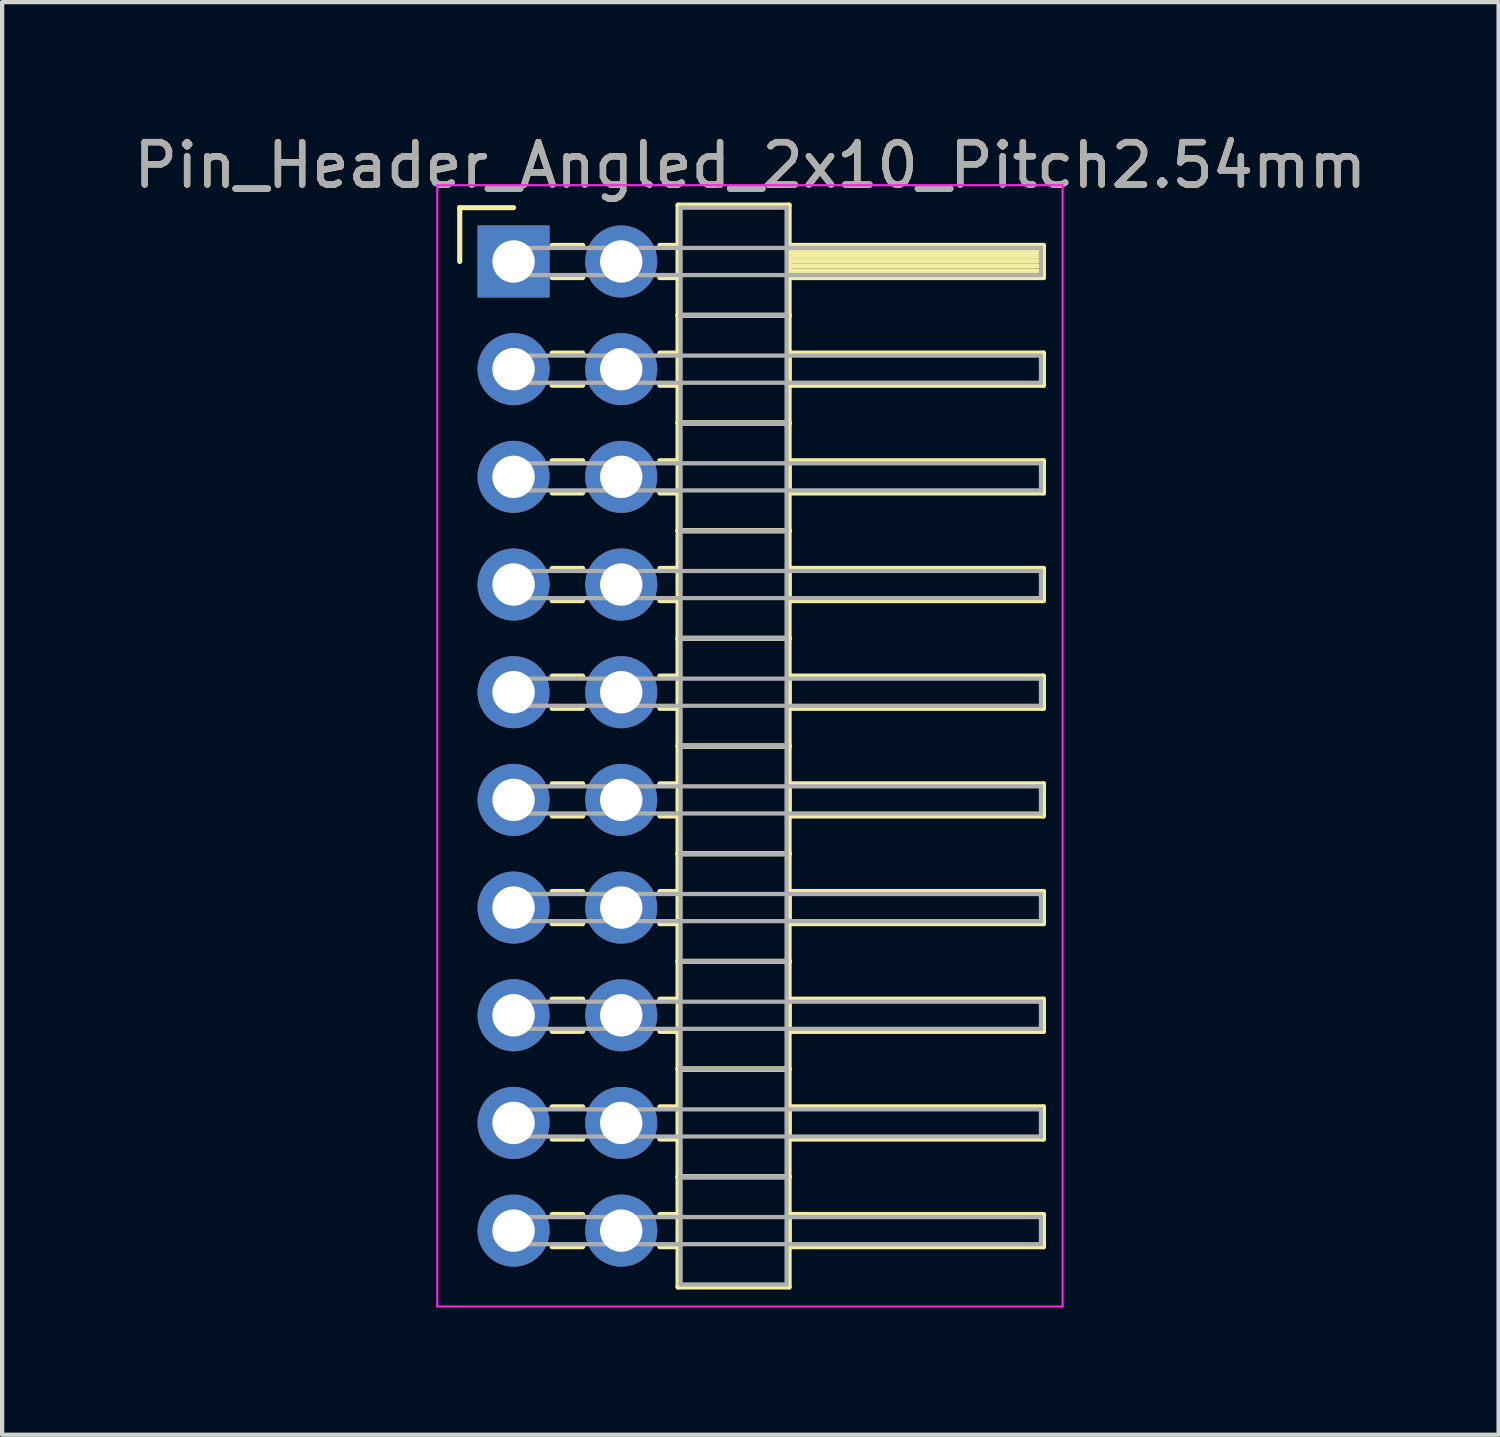
<source format=kicad_pcb>
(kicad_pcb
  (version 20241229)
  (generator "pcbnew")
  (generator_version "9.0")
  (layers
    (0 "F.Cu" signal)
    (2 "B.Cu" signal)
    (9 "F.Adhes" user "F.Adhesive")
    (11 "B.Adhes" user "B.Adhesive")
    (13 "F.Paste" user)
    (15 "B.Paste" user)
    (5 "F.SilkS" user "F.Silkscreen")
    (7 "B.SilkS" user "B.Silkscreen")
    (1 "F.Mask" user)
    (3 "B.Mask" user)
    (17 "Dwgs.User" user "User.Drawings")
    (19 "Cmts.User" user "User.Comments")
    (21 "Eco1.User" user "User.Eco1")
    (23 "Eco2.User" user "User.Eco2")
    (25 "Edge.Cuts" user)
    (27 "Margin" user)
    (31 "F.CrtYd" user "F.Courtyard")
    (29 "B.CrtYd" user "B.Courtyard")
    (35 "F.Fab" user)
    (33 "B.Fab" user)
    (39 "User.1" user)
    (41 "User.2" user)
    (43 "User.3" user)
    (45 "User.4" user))
  (footprint "Pin_Header_Angled_2x10_Pitch2.54mm"
    (layer "F.Cu")
    (at 9.064 3.118)
    (property "Reference" "Pin_Header_Angled_2x10_Pitch2.54mm" (at 5.585 -2.27 0) (layer "F.SilkS") (effects (font (size 1 1) (thickness 0.15))))
    (attr through_hole)
    (fp_line (start -1.27 -1.27) (end 0 -1.27) (stroke (width 0.12) (type solid)) (layer "F.SilkS"))
    (fp_line (start -1.27 0) (end -1.27 -1.27) (stroke (width 0.12) (type solid)) (layer "F.SilkS"))
    (fp_line (start 0.91 -0.38) (end 1.63 -0.38) (stroke (width 0.12) (type solid)) (layer "F.SilkS"))
    (fp_line (start 0.91 0.38) (end 1.63 0.38) (stroke (width 0.12) (type solid)) (layer "F.SilkS"))
    (fp_line (start 0.91 2.16) (end 1.63 2.16) (stroke (width 0.12) (type solid)) (layer "F.SilkS"))
    (fp_line (start 0.91 2.92) (end 1.63 2.92) (stroke (width 0.12) (type solid)) (layer "F.SilkS"))
    (fp_line (start 0.91 4.7) (end 1.63 4.7) (stroke (width 0.12) (type solid)) (layer "F.SilkS"))
    (fp_line (start 0.91 5.46) (end 1.63 5.46) (stroke (width 0.12) (type solid)) (layer "F.SilkS"))
    (fp_line (start 0.91 7.24) (end 1.63 7.24) (stroke (width 0.12) (type solid)) (layer "F.SilkS"))
    (fp_line (start 0.91 8) (end 1.63 8) (stroke (width 0.12) (type solid)) (layer "F.SilkS"))
    (fp_line (start 0.91 9.78) (end 1.63 9.78) (stroke (width 0.12) (type solid)) (layer "F.SilkS"))
    (fp_line (start 0.91 10.54) (end 1.63 10.54) (stroke (width 0.12) (type solid)) (layer "F.SilkS"))
    (fp_line (start 0.91 12.32) (end 1.63 12.32) (stroke (width 0.12) (type solid)) (layer "F.SilkS"))
    (fp_line (start 0.91 13.08) (end 1.63 13.08) (stroke (width 0.12) (type solid)) (layer "F.SilkS"))
    (fp_line (start 0.91 14.86) (end 1.63 14.86) (stroke (width 0.12) (type solid)) (layer "F.SilkS"))
    (fp_line (start 0.91 15.62) (end 1.63 15.62) (stroke (width 0.12) (type solid)) (layer "F.SilkS"))
    (fp_line (start 0.91 17.4) (end 1.63 17.4) (stroke (width 0.12) (type solid)) (layer "F.SilkS"))
    (fp_line (start 0.91 18.16) (end 1.63 18.16) (stroke (width 0.12) (type solid)) (layer "F.SilkS"))
    (fp_line (start 0.91 19.94) (end 1.63 19.94) (stroke (width 0.12) (type solid)) (layer "F.SilkS"))
    (fp_line (start 0.91 20.7) (end 1.63 20.7) (stroke (width 0.12) (type solid)) (layer "F.SilkS"))
    (fp_line (start 0.91 22.48) (end 1.63 22.48) (stroke (width 0.12) (type solid)) (layer "F.SilkS"))
    (fp_line (start 0.91 23.24) (end 1.63 23.24) (stroke (width 0.12) (type solid)) (layer "F.SilkS"))
    (fp_line (start 3.45 -0.38) (end 3.88 -0.38) (stroke (width 0.12) (type solid)) (layer "F.SilkS"))
    (fp_line (start 3.45 0.38) (end 3.88 0.38) (stroke (width 0.12) (type solid)) (layer "F.SilkS"))
    (fp_line (start 3.45 2.16) (end 3.88 2.16) (stroke (width 0.12) (type solid)) (layer "F.SilkS"))
    (fp_line (start 3.45 2.92) (end 3.88 2.92) (stroke (width 0.12) (type solid)) (layer "F.SilkS"))
    (fp_line (start 3.45 4.7) (end 3.88 4.7) (stroke (width 0.12) (type solid)) (layer "F.SilkS"))
    (fp_line (start 3.45 5.46) (end 3.88 5.46) (stroke (width 0.12) (type solid)) (layer "F.SilkS"))
    (fp_line (start 3.45 7.24) (end 3.88 7.24) (stroke (width 0.12) (type solid)) (layer "F.SilkS"))
    (fp_line (start 3.45 8) (end 3.88 8) (stroke (width 0.12) (type solid)) (layer "F.SilkS"))
    (fp_line (start 3.45 9.78) (end 3.88 9.78) (stroke (width 0.12) (type solid)) (layer "F.SilkS"))
    (fp_line (start 3.45 10.54) (end 3.88 10.54) (stroke (width 0.12) (type solid)) (layer "F.SilkS"))
    (fp_line (start 3.45 12.32) (end 3.88 12.32) (stroke (width 0.12) (type solid)) (layer "F.SilkS"))
    (fp_line (start 3.45 13.08) (end 3.88 13.08) (stroke (width 0.12) (type solid)) (layer "F.SilkS"))
    (fp_line (start 3.45 14.86) (end 3.88 14.86) (stroke (width 0.12) (type solid)) (layer "F.SilkS"))
    (fp_line (start 3.45 15.62) (end 3.88 15.62) (stroke (width 0.12) (type solid)) (layer "F.SilkS"))
    (fp_line (start 3.45 17.4) (end 3.88 17.4) (stroke (width 0.12) (type solid)) (layer "F.SilkS"))
    (fp_line (start 3.45 18.16) (end 3.88 18.16) (stroke (width 0.12) (type solid)) (layer "F.SilkS"))
    (fp_line (start 3.45 19.94) (end 3.88 19.94) (stroke (width 0.12) (type solid)) (layer "F.SilkS"))
    (fp_line (start 3.45 20.7) (end 3.88 20.7) (stroke (width 0.12) (type solid)) (layer "F.SilkS"))
    (fp_line (start 3.45 22.48) (end 3.88 22.48) (stroke (width 0.12) (type solid)) (layer "F.SilkS"))
    (fp_line (start 3.45 23.24) (end 3.88 23.24) (stroke (width 0.12) (type solid)) (layer "F.SilkS"))
    (fp_line (start 3.88 -1.33) (end 3.88 1.27) (stroke (width 0.12) (type solid)) (layer "F.SilkS"))
    (fp_line (start 3.88 1.27) (end 3.88 3.81) (stroke (width 0.12) (type solid)) (layer "F.SilkS"))
    (fp_line (start 3.88 1.27) (end 6.5 1.27) (stroke (width 0.12) (type solid)) (layer "F.SilkS"))
    (fp_line (start 3.88 3.81) (end 3.88 6.35) (stroke (width 0.12) (type solid)) (layer "F.SilkS"))
    (fp_line (start 3.88 3.81) (end 6.5 3.81) (stroke (width 0.12) (type solid)) (layer "F.SilkS"))
    (fp_line (start 3.88 6.35) (end 3.88 8.89) (stroke (width 0.12) (type solid)) (layer "F.SilkS"))
    (fp_line (start 3.88 6.35) (end 6.5 6.35) (stroke (width 0.12) (type solid)) (layer "F.SilkS"))
    (fp_line (start 3.88 8.89) (end 3.88 11.43) (stroke (width 0.12) (type solid)) (layer "F.SilkS"))
    (fp_line (start 3.88 8.89) (end 6.5 8.89) (stroke (width 0.12) (type solid)) (layer "F.SilkS"))
    (fp_line (start 3.88 11.43) (end 3.88 13.97) (stroke (width 0.12) (type solid)) (layer "F.SilkS"))
    (fp_line (start 3.88 11.43) (end 6.5 11.43) (stroke (width 0.12) (type solid)) (layer "F.SilkS"))
    (fp_line (start 3.88 13.97) (end 3.88 16.51) (stroke (width 0.12) (type solid)) (layer "F.SilkS"))
    (fp_line (start 3.88 13.97) (end 6.5 13.97) (stroke (width 0.12) (type solid)) (layer "F.SilkS"))
    (fp_line (start 3.88 16.51) (end 3.88 19.05) (stroke (width 0.12) (type solid)) (layer "F.SilkS"))
    (fp_line (start 3.88 16.51) (end 6.5 16.51) (stroke (width 0.12) (type solid)) (layer "F.SilkS"))
    (fp_line (start 3.88 19.05) (end 3.88 21.59) (stroke (width 0.12) (type solid)) (layer "F.SilkS"))
    (fp_line (start 3.88 19.05) (end 6.5 19.05) (stroke (width 0.12) (type solid)) (layer "F.SilkS"))
    (fp_line (start 3.88 21.59) (end 3.88 24.19) (stroke (width 0.12) (type solid)) (layer "F.SilkS"))
    (fp_line (start 3.88 21.59) (end 6.5 21.59) (stroke (width 0.12) (type solid)) (layer "F.SilkS"))
    (fp_line (start 3.88 24.19) (end 6.5 24.19) (stroke (width 0.12) (type solid)) (layer "F.SilkS"))
    (fp_line (start 6.5 -1.33) (end 3.88 -1.33) (stroke (width 0.12) (type solid)) (layer "F.SilkS"))
    (fp_line (start 6.5 -0.38) (end 6.5 0.38) (stroke (width 0.12) (type solid)) (layer "F.SilkS"))
    (fp_line (start 6.5 -0.26) (end 12.5 -0.26) (stroke (width 0.12) (type solid)) (layer "F.SilkS"))
    (fp_line (start 6.5 -0.14) (end 12.5 -0.14) (stroke (width 0.12) (type solid)) (layer "F.SilkS"))
    (fp_line (start 6.5 -0.02) (end 12.5 -0.02) (stroke (width 0.12) (type solid)) (layer "F.SilkS"))
    (fp_line (start 6.5 0.1) (end 12.5 0.1) (stroke (width 0.12) (type solid)) (layer "F.SilkS"))
    (fp_line (start 6.5 0.22) (end 12.5 0.22) (stroke (width 0.12) (type solid)) (layer "F.SilkS"))
    (fp_line (start 6.5 0.34) (end 12.5 0.34) (stroke (width 0.12) (type solid)) (layer "F.SilkS"))
    (fp_line (start 6.5 0.38) (end 12.5 0.38) (stroke (width 0.12) (type solid)) (layer "F.SilkS"))
    (fp_line (start 6.5 1.27) (end 3.88 1.27) (stroke (width 0.12) (type solid)) (layer "F.SilkS"))
    (fp_line (start 6.5 1.27) (end 6.5 -1.33) (stroke (width 0.12) (type solid)) (layer "F.SilkS"))
    (fp_line (start 6.5 2.16) (end 6.5 2.92) (stroke (width 0.12) (type solid)) (layer "F.SilkS"))
    (fp_line (start 6.5 2.92) (end 12.5 2.92) (stroke (width 0.12) (type solid)) (layer "F.SilkS"))
    (fp_line (start 6.5 3.81) (end 3.88 3.81) (stroke (width 0.12) (type solid)) (layer "F.SilkS"))
    (fp_line (start 6.5 3.81) (end 6.5 1.27) (stroke (width 0.12) (type solid)) (layer "F.SilkS"))
    (fp_line (start 6.5 4.7) (end 6.5 5.46) (stroke (width 0.12) (type solid)) (layer "F.SilkS"))
    (fp_line (start 6.5 5.46) (end 12.5 5.46) (stroke (width 0.12) (type solid)) (layer "F.SilkS"))
    (fp_line (start 6.5 6.35) (end 3.88 6.35) (stroke (width 0.12) (type solid)) (layer "F.SilkS"))
    (fp_line (start 6.5 6.35) (end 6.5 3.81) (stroke (width 0.12) (type solid)) (layer "F.SilkS"))
    (fp_line (start 6.5 7.24) (end 6.5 8) (stroke (width 0.12) (type solid)) (layer "F.SilkS"))
    (fp_line (start 6.5 8) (end 12.5 8) (stroke (width 0.12) (type solid)) (layer "F.SilkS"))
    (fp_line (start 6.5 8.89) (end 3.88 8.89) (stroke (width 0.12) (type solid)) (layer "F.SilkS"))
    (fp_line (start 6.5 8.89) (end 6.5 6.35) (stroke (width 0.12) (type solid)) (layer "F.SilkS"))
    (fp_line (start 6.5 9.78) (end 6.5 10.54) (stroke (width 0.12) (type solid)) (layer "F.SilkS"))
    (fp_line (start 6.5 10.54) (end 12.5 10.54) (stroke (width 0.12) (type solid)) (layer "F.SilkS"))
    (fp_line (start 6.5 11.43) (end 3.88 11.43) (stroke (width 0.12) (type solid)) (layer "F.SilkS"))
    (fp_line (start 6.5 11.43) (end 6.5 8.89) (stroke (width 0.12) (type solid)) (layer "F.SilkS"))
    (fp_line (start 6.5 12.32) (end 6.5 13.08) (stroke (width 0.12) (type solid)) (layer "F.SilkS"))
    (fp_line (start 6.5 13.08) (end 12.5 13.08) (stroke (width 0.12) (type solid)) (layer "F.SilkS"))
    (fp_line (start 6.5 13.97) (end 3.88 13.97) (stroke (width 0.12) (type solid)) (layer "F.SilkS"))
    (fp_line (start 6.5 13.97) (end 6.5 11.43) (stroke (width 0.12) (type solid)) (layer "F.SilkS"))
    (fp_line (start 6.5 14.86) (end 6.5 15.62) (stroke (width 0.12) (type solid)) (layer "F.SilkS"))
    (fp_line (start 6.5 15.62) (end 12.5 15.62) (stroke (width 0.12) (type solid)) (layer "F.SilkS"))
    (fp_line (start 6.5 16.51) (end 3.88 16.51) (stroke (width 0.12) (type solid)) (layer "F.SilkS"))
    (fp_line (start 6.5 16.51) (end 6.5 13.97) (stroke (width 0.12) (type solid)) (layer "F.SilkS"))
    (fp_line (start 6.5 17.4) (end 6.5 18.16) (stroke (width 0.12) (type solid)) (layer "F.SilkS"))
    (fp_line (start 6.5 18.16) (end 12.5 18.16) (stroke (width 0.12) (type solid)) (layer "F.SilkS"))
    (fp_line (start 6.5 19.05) (end 3.88 19.05) (stroke (width 0.12) (type solid)) (layer "F.SilkS"))
    (fp_line (start 6.5 19.05) (end 6.5 16.51) (stroke (width 0.12) (type solid)) (layer "F.SilkS"))
    (fp_line (start 6.5 19.94) (end 6.5 20.7) (stroke (width 0.12) (type solid)) (layer "F.SilkS"))
    (fp_line (start 6.5 20.7) (end 12.5 20.7) (stroke (width 0.12) (type solid)) (layer "F.SilkS"))
    (fp_line (start 6.5 21.59) (end 3.88 21.59) (stroke (width 0.12) (type solid)) (layer "F.SilkS"))
    (fp_line (start 6.5 21.59) (end 6.5 19.05) (stroke (width 0.12) (type solid)) (layer "F.SilkS"))
    (fp_line (start 6.5 22.48) (end 6.5 23.24) (stroke (width 0.12) (type solid)) (layer "F.SilkS"))
    (fp_line (start 6.5 23.24) (end 12.5 23.24) (stroke (width 0.12) (type solid)) (layer "F.SilkS"))
    (fp_line (start 6.5 24.19) (end 6.5 21.59) (stroke (width 0.12) (type solid)) (layer "F.SilkS"))
    (fp_line (start 12.5 -0.38) (end 6.5 -0.38) (stroke (width 0.12) (type solid)) (layer "F.SilkS"))
    (fp_line (start 12.5 0.38) (end 12.5 -0.38) (stroke (width 0.12) (type solid)) (layer "F.SilkS"))
    (fp_line (start 12.5 2.16) (end 6.5 2.16) (stroke (width 0.12) (type solid)) (layer "F.SilkS"))
    (fp_line (start 12.5 2.92) (end 12.5 2.16) (stroke (width 0.12) (type solid)) (layer "F.SilkS"))
    (fp_line (start 12.5 4.7) (end 6.5 4.7) (stroke (width 0.12) (type solid)) (layer "F.SilkS"))
    (fp_line (start 12.5 5.46) (end 12.5 4.7) (stroke (width 0.12) (type solid)) (layer "F.SilkS"))
    (fp_line (start 12.5 7.24) (end 6.5 7.24) (stroke (width 0.12) (type solid)) (layer "F.SilkS"))
    (fp_line (start 12.5 8) (end 12.5 7.24) (stroke (width 0.12) (type solid)) (layer "F.SilkS"))
    (fp_line (start 12.5 9.78) (end 6.5 9.78) (stroke (width 0.12) (type solid)) (layer "F.SilkS"))
    (fp_line (start 12.5 10.54) (end 12.5 9.78) (stroke (width 0.12) (type solid)) (layer "F.SilkS"))
    (fp_line (start 12.5 12.32) (end 6.5 12.32) (stroke (width 0.12) (type solid)) (layer "F.SilkS"))
    (fp_line (start 12.5 13.08) (end 12.5 12.32) (stroke (width 0.12) (type solid)) (layer "F.SilkS"))
    (fp_line (start 12.5 14.86) (end 6.5 14.86) (stroke (width 0.12) (type solid)) (layer "F.SilkS"))
    (fp_line (start 12.5 15.62) (end 12.5 14.86) (stroke (width 0.12) (type solid)) (layer "F.SilkS"))
    (fp_line (start 12.5 17.4) (end 6.5 17.4) (stroke (width 0.12) (type solid)) (layer "F.SilkS"))
    (fp_line (start 12.5 18.16) (end 12.5 17.4) (stroke (width 0.12) (type solid)) (layer "F.SilkS"))
    (fp_line (start 12.5 19.94) (end 6.5 19.94) (stroke (width 0.12) (type solid)) (layer "F.SilkS"))
    (fp_line (start 12.5 20.7) (end 12.5 19.94) (stroke (width 0.12) (type solid)) (layer "F.SilkS"))
    (fp_line (start 12.5 22.48) (end 6.5 22.48) (stroke (width 0.12) (type solid)) (layer "F.SilkS"))
    (fp_line (start 12.5 23.24) (end 12.5 22.48) (stroke (width 0.12) (type solid)) (layer "F.SilkS"))
    (fp_line (start -1.8 -1.8) (end -1.8 24.65) (stroke (width 0.05) (type solid)) (layer "F.CrtYd"))
    (fp_line (start -1.8 24.65) (end 12.95 24.65) (stroke (width 0.05) (type solid)) (layer "F.CrtYd"))
    (fp_line (start 12.95 -1.8) (end -1.8 -1.8) (stroke (width 0.05) (type solid)) (layer "F.CrtYd"))
    (fp_line (start 12.95 24.65) (end 12.95 -1.8) (stroke (width 0.05) (type solid)) (layer "F.CrtYd"))
    (fp_line (start 0 -0.32) (end 0 0.32) (stroke (width 0.1) (type solid)) (layer "F.Fab"))
    (fp_line (start 0 0.32) (end 12.44 0.32) (stroke (width 0.1) (type solid)) (layer "F.Fab"))
    (fp_line (start 0 2.22) (end 0 2.86) (stroke (width 0.1) (type solid)) (layer "F.Fab"))
    (fp_line (start 0 2.86) (end 12.44 2.86) (stroke (width 0.1) (type solid)) (layer "F.Fab"))
    (fp_line (start 0 4.76) (end 0 5.4) (stroke (width 0.1) (type solid)) (layer "F.Fab"))
    (fp_line (start 0 5.4) (end 12.44 5.4) (stroke (width 0.1) (type solid)) (layer "F.Fab"))
    (fp_line (start 0 7.3) (end 0 7.94) (stroke (width 0.1) (type solid)) (layer "F.Fab"))
    (fp_line (start 0 7.94) (end 12.44 7.94) (stroke (width 0.1) (type solid)) (layer "F.Fab"))
    (fp_line (start 0 9.84) (end 0 10.48) (stroke (width 0.1) (type solid)) (layer "F.Fab"))
    (fp_line (start 0 10.48) (end 12.44 10.48) (stroke (width 0.1) (type solid)) (layer "F.Fab"))
    (fp_line (start 0 12.38) (end 0 13.02) (stroke (width 0.1) (type solid)) (layer "F.Fab"))
    (fp_line (start 0 13.02) (end 12.44 13.02) (stroke (width 0.1) (type solid)) (layer "F.Fab"))
    (fp_line (start 0 14.92) (end 0 15.56) (stroke (width 0.1) (type solid)) (layer "F.Fab"))
    (fp_line (start 0 15.56) (end 12.44 15.56) (stroke (width 0.1) (type solid)) (layer "F.Fab"))
    (fp_line (start 0 17.46) (end 0 18.1) (stroke (width 0.1) (type solid)) (layer "F.Fab"))
    (fp_line (start 0 18.1) (end 12.44 18.1) (stroke (width 0.1) (type solid)) (layer "F.Fab"))
    (fp_line (start 0 20) (end 0 20.64) (stroke (width 0.1) (type solid)) (layer "F.Fab"))
    (fp_line (start 0 20.64) (end 12.44 20.64) (stroke (width 0.1) (type solid)) (layer "F.Fab"))
    (fp_line (start 0 22.54) (end 0 23.18) (stroke (width 0.1) (type solid)) (layer "F.Fab"))
    (fp_line (start 0 23.18) (end 12.44 23.18) (stroke (width 0.1) (type solid)) (layer "F.Fab"))
    (fp_line (start 3.94 -1.27) (end 3.94 1.27) (stroke (width 0.1) (type solid)) (layer "F.Fab"))
    (fp_line (start 3.94 1.27) (end 3.94 3.81) (stroke (width 0.1) (type solid)) (layer "F.Fab"))
    (fp_line (start 3.94 1.27) (end 6.44 1.27) (stroke (width 0.1) (type solid)) (layer "F.Fab"))
    (fp_line (start 3.94 3.81) (end 3.94 6.35) (stroke (width 0.1) (type solid)) (layer "F.Fab"))
    (fp_line (start 3.94 3.81) (end 6.44 3.81) (stroke (width 0.1) (type solid)) (layer "F.Fab"))
    (fp_line (start 3.94 6.35) (end 3.94 8.89) (stroke (width 0.1) (type solid)) (layer "F.Fab"))
    (fp_line (start 3.94 6.35) (end 6.44 6.35) (stroke (width 0.1) (type solid)) (layer "F.Fab"))
    (fp_line (start 3.94 8.89) (end 3.94 11.43) (stroke (width 0.1) (type solid)) (layer "F.Fab"))
    (fp_line (start 3.94 8.89) (end 6.44 8.89) (stroke (width 0.1) (type solid)) (layer "F.Fab"))
    (fp_line (start 3.94 11.43) (end 3.94 13.97) (stroke (width 0.1) (type solid)) (layer "F.Fab"))
    (fp_line (start 3.94 11.43) (end 6.44 11.43) (stroke (width 0.1) (type solid)) (layer "F.Fab"))
    (fp_line (start 3.94 13.97) (end 3.94 16.51) (stroke (width 0.1) (type solid)) (layer "F.Fab"))
    (fp_line (start 3.94 13.97) (end 6.44 13.97) (stroke (width 0.1) (type solid)) (layer "F.Fab"))
    (fp_line (start 3.94 16.51) (end 3.94 19.05) (stroke (width 0.1) (type solid)) (layer "F.Fab"))
    (fp_line (start 3.94 16.51) (end 6.44 16.51) (stroke (width 0.1) (type solid)) (layer "F.Fab"))
    (fp_line (start 3.94 19.05) (end 3.94 21.59) (stroke (width 0.1) (type solid)) (layer "F.Fab"))
    (fp_line (start 3.94 19.05) (end 6.44 19.05) (stroke (width 0.1) (type solid)) (layer "F.Fab"))
    (fp_line (start 3.94 21.59) (end 3.94 24.13) (stroke (width 0.1) (type solid)) (layer "F.Fab"))
    (fp_line (start 3.94 21.59) (end 6.44 21.59) (stroke (width 0.1) (type solid)) (layer "F.Fab"))
    (fp_line (start 3.94 24.13) (end 6.44 24.13) (stroke (width 0.1) (type solid)) (layer "F.Fab"))
    (fp_line (start 6.44 -1.27) (end 3.94 -1.27) (stroke (width 0.1) (type solid)) (layer "F.Fab"))
    (fp_line (start 6.44 1.27) (end 3.94 1.27) (stroke (width 0.1) (type solid)) (layer "F.Fab"))
    (fp_line (start 6.44 1.27) (end 6.44 -1.27) (stroke (width 0.1) (type solid)) (layer "F.Fab"))
    (fp_line (start 6.44 3.81) (end 3.94 3.81) (stroke (width 0.1) (type solid)) (layer "F.Fab"))
    (fp_line (start 6.44 3.81) (end 6.44 1.27) (stroke (width 0.1) (type solid)) (layer "F.Fab"))
    (fp_line (start 6.44 6.35) (end 3.94 6.35) (stroke (width 0.1) (type solid)) (layer "F.Fab"))
    (fp_line (start 6.44 6.35) (end 6.44 3.81) (stroke (width 0.1) (type solid)) (layer "F.Fab"))
    (fp_line (start 6.44 8.89) (end 3.94 8.89) (stroke (width 0.1) (type solid)) (layer "F.Fab"))
    (fp_line (start 6.44 8.89) (end 6.44 6.35) (stroke (width 0.1) (type solid)) (layer "F.Fab"))
    (fp_line (start 6.44 11.43) (end 3.94 11.43) (stroke (width 0.1) (type solid)) (layer "F.Fab"))
    (fp_line (start 6.44 11.43) (end 6.44 8.89) (stroke (width 0.1) (type solid)) (layer "F.Fab"))
    (fp_line (start 6.44 13.97) (end 3.94 13.97) (stroke (width 0.1) (type solid)) (layer "F.Fab"))
    (fp_line (start 6.44 13.97) (end 6.44 11.43) (stroke (width 0.1) (type solid)) (layer "F.Fab"))
    (fp_line (start 6.44 16.51) (end 3.94 16.51) (stroke (width 0.1) (type solid)) (layer "F.Fab"))
    (fp_line (start 6.44 16.51) (end 6.44 13.97) (stroke (width 0.1) (type solid)) (layer "F.Fab"))
    (fp_line (start 6.44 19.05) (end 3.94 19.05) (stroke (width 0.1) (type solid)) (layer "F.Fab"))
    (fp_line (start 6.44 19.05) (end 6.44 16.51) (stroke (width 0.1) (type solid)) (layer "F.Fab"))
    (fp_line (start 6.44 21.59) (end 3.94 21.59) (stroke (width 0.1) (type solid)) (layer "F.Fab"))
    (fp_line (start 6.44 21.59) (end 6.44 19.05) (stroke (width 0.1) (type solid)) (layer "F.Fab"))
    (fp_line (start 6.44 24.13) (end 6.44 21.59) (stroke (width 0.1) (type solid)) (layer "F.Fab"))
    (fp_line (start 12.44 -0.32) (end 0 -0.32) (stroke (width 0.1) (type solid)) (layer "F.Fab"))
    (fp_line (start 12.44 0.32) (end 12.44 -0.32) (stroke (width 0.1) (type solid)) (layer "F.Fab"))
    (fp_line (start 12.44 2.22) (end 0 2.22) (stroke (width 0.1) (type solid)) (layer "F.Fab"))
    (fp_line (start 12.44 2.86) (end 12.44 2.22) (stroke (width 0.1) (type solid)) (layer "F.Fab"))
    (fp_line (start 12.44 4.76) (end 0 4.76) (stroke (width 0.1) (type solid)) (layer "F.Fab"))
    (fp_line (start 12.44 5.4) (end 12.44 4.76) (stroke (width 0.1) (type solid)) (layer "F.Fab"))
    (fp_line (start 12.44 7.3) (end 0 7.3) (stroke (width 0.1) (type solid)) (layer "F.Fab"))
    (fp_line (start 12.44 7.94) (end 12.44 7.3) (stroke (width 0.1) (type solid)) (layer "F.Fab"))
    (fp_line (start 12.44 9.84) (end 0 9.84) (stroke (width 0.1) (type solid)) (layer "F.Fab"))
    (fp_line (start 12.44 10.48) (end 12.44 9.84) (stroke (width 0.1) (type solid)) (layer "F.Fab"))
    (fp_line (start 12.44 12.38) (end 0 12.38) (stroke (width 0.1) (type solid)) (layer "F.Fab"))
    (fp_line (start 12.44 13.02) (end 12.44 12.38) (stroke (width 0.1) (type solid)) (layer "F.Fab"))
    (fp_line (start 12.44 14.92) (end 0 14.92) (stroke (width 0.1) (type solid)) (layer "F.Fab"))
    (fp_line (start 12.44 15.56) (end 12.44 14.92) (stroke (width 0.1) (type solid)) (layer "F.Fab"))
    (fp_line (start 12.44 17.46) (end 0 17.46) (stroke (width 0.1) (type solid)) (layer "F.Fab"))
    (fp_line (start 12.44 18.1) (end 12.44 17.46) (stroke (width 0.1) (type solid)) (layer "F.Fab"))
    (fp_line (start 12.44 20) (end 0 20) (stroke (width 0.1) (type solid)) (layer "F.Fab"))
    (fp_line (start 12.44 20.64) (end 12.44 20) (stroke (width 0.1) (type solid)) (layer "F.Fab"))
    (fp_line (start 12.44 22.54) (end 0 22.54) (stroke (width 0.1) (type solid)) (layer "F.Fab"))
    (fp_line (start 12.44 23.18) (end 12.44 22.54) (stroke (width 0.1) (type solid)) (layer "F.Fab"))
    (fp_text user "${REFERENCE}" (at 5.585 -2.27 0) (layer "F.Fab") (effects (font (size 1 1) (thickness 0.15))))
    (pad "1" thru_hole rect (at 0 0) (size 1.7 1.7) (drill 1) (layers "*.Cu" "*.Mask"))
    (pad "2" thru_hole oval (at 2.54 0) (size 1.7 1.7) (drill 1) (layers "*.Cu" "*.Mask"))
    (pad "3" thru_hole oval (at 0 2.54) (size 1.7 1.7) (drill 1) (layers "*.Cu" "*.Mask"))
    (pad "4" thru_hole oval (at 2.54 2.54) (size 1.7 1.7) (drill 1) (layers "*.Cu" "*.Mask"))
    (pad "5" thru_hole oval (at 0 5.08) (size 1.7 1.7) (drill 1) (layers "*.Cu" "*.Mask"))
    (pad "6" thru_hole oval (at 2.54 5.08) (size 1.7 1.7) (drill 1) (layers "*.Cu" "*.Mask"))
    (pad "7" thru_hole oval (at 0 7.62) (size 1.7 1.7) (drill 1) (layers "*.Cu" "*.Mask"))
    (pad "8" thru_hole oval (at 2.54 7.62) (size 1.7 1.7) (drill 1) (layers "*.Cu" "*.Mask"))
    (pad "9" thru_hole oval (at 0 10.16) (size 1.7 1.7) (drill 1) (layers "*.Cu" "*.Mask"))
    (pad "10" thru_hole oval (at 2.54 10.16) (size 1.7 1.7) (drill 1) (layers "*.Cu" "*.Mask"))
    (pad "11" thru_hole oval (at 0 12.7) (size 1.7 1.7) (drill 1) (layers "*.Cu" "*.Mask"))
    (pad "12" thru_hole oval (at 2.54 12.7) (size 1.7 1.7) (drill 1) (layers "*.Cu" "*.Mask"))
    (pad "13" thru_hole oval (at 0 15.24) (size 1.7 1.7) (drill 1) (layers "*.Cu" "*.Mask"))
    (pad "14" thru_hole oval (at 2.54 15.24) (size 1.7 1.7) (drill 1) (layers "*.Cu" "*.Mask"))
    (pad "15" thru_hole oval (at 0 17.78) (size 1.7 1.7) (drill 1) (layers "*.Cu" "*.Mask"))
    (pad "16" thru_hole oval (at 2.54 17.78) (size 1.7 1.7) (drill 1) (layers "*.Cu" "*.Mask"))
    (pad "17" thru_hole oval (at 0 20.32) (size 1.7 1.7) (drill 1) (layers "*.Cu" "*.Mask"))
    (pad "18" thru_hole oval (at 2.54 20.32) (size 1.7 1.7) (drill 1) (layers "*.Cu" "*.Mask"))
    (pad "19" thru_hole oval (at 0 22.86) (size 1.7 1.7) (drill 1) (layers "*.Cu" "*.Mask"))
    (pad "20" thru_hole oval (at 2.54 22.86) (size 1.7 1.7) (drill 1) (layers "*.Cu" "*.Mask")))
  (gr_rect
    (start -3 -3)
    (end 32.298 30.793)
    (stroke (width 0.1) (type default))
    (fill no)
    (layer "Edge.Cuts")))
</source>
